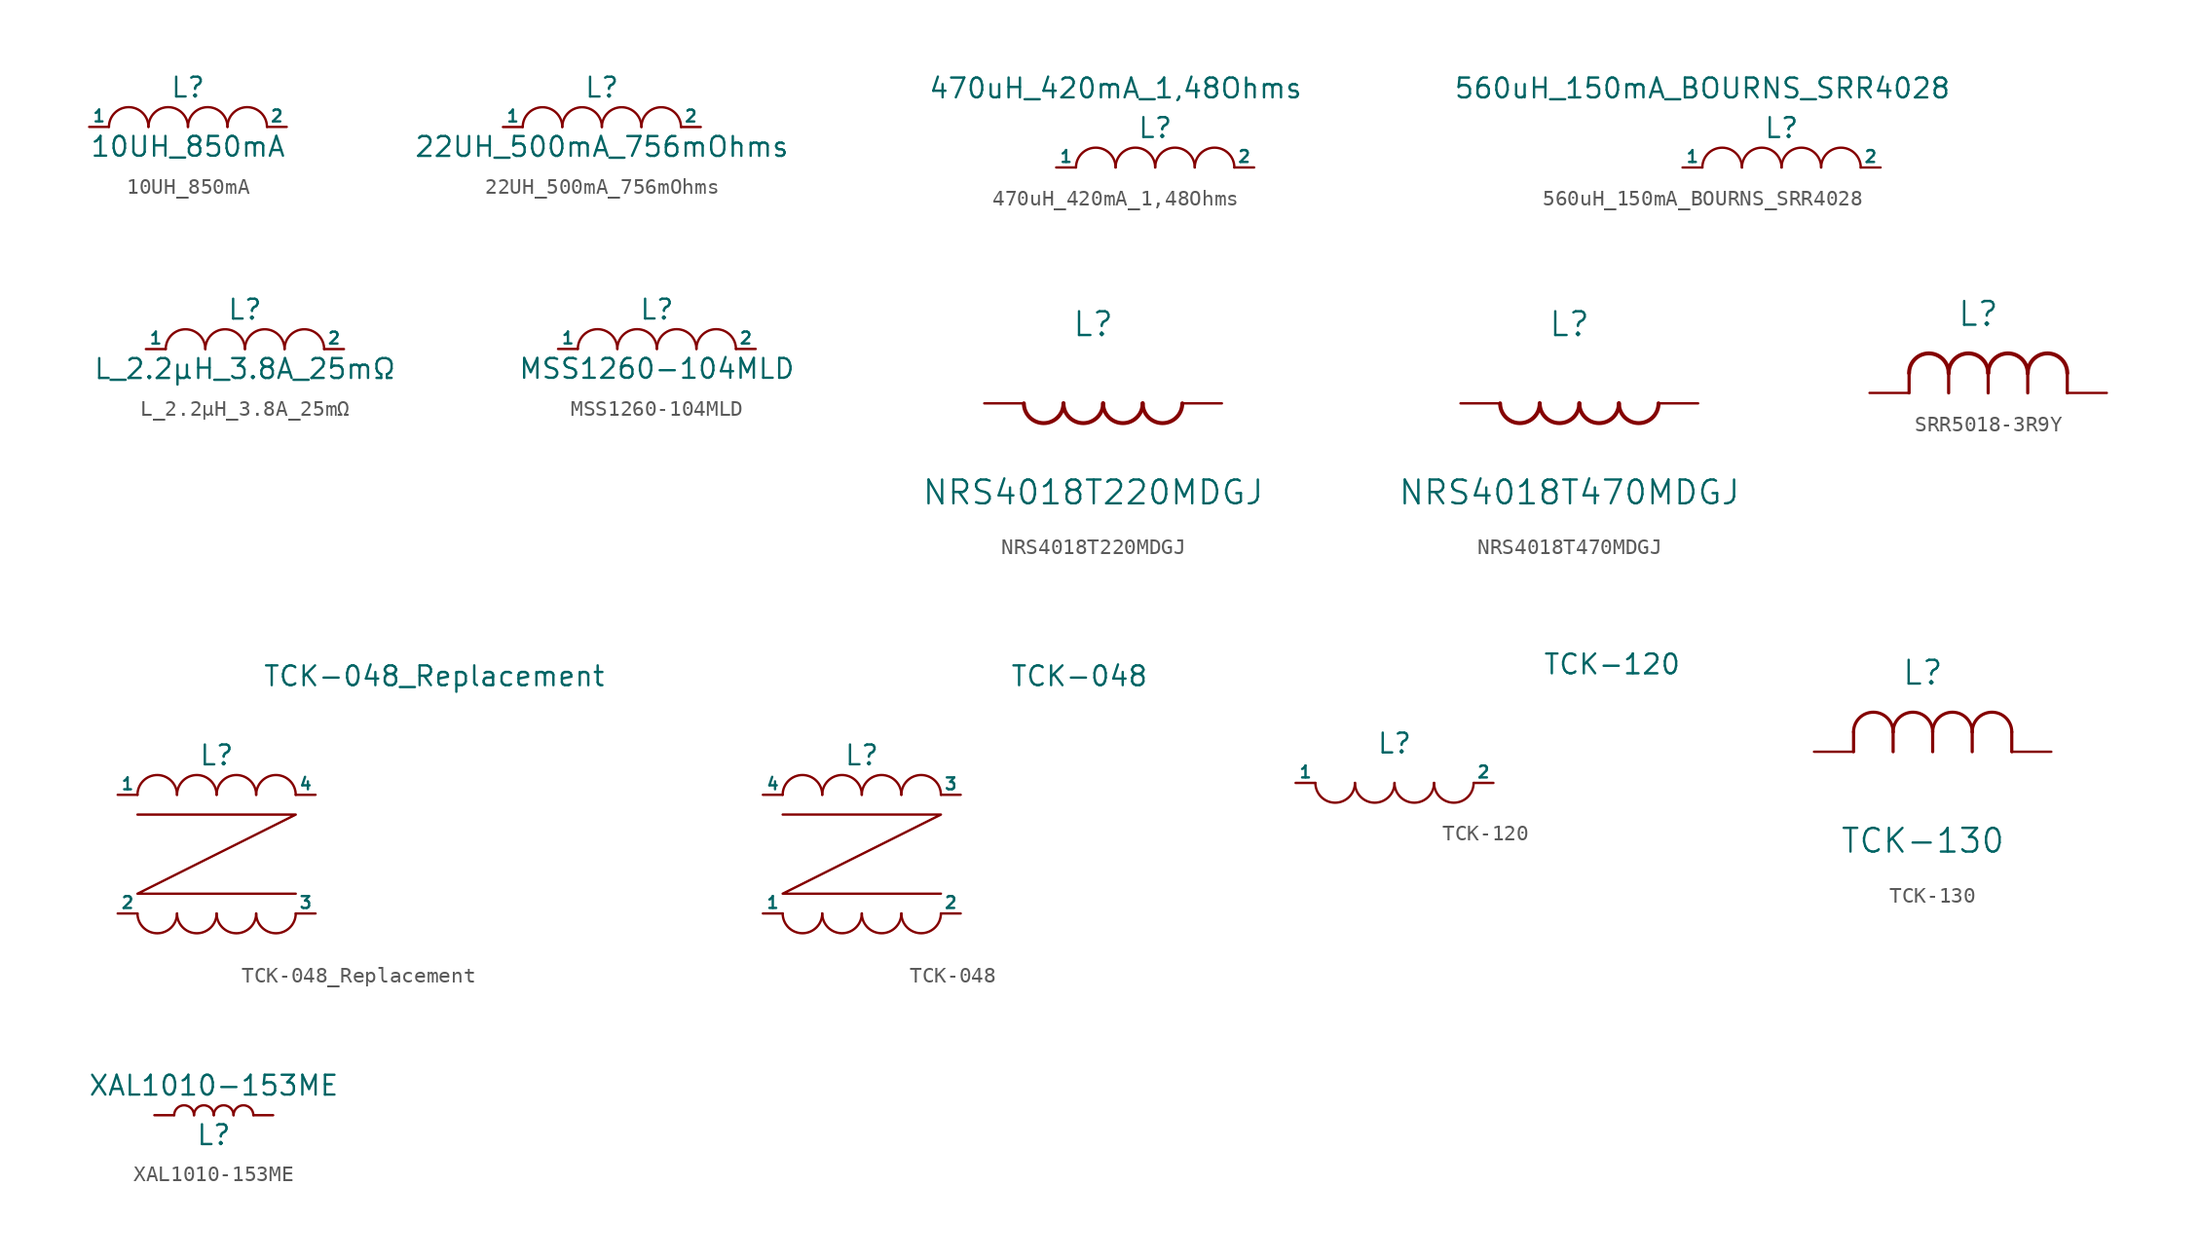
<source format=kicad_sym>
(kicad_symbol_lib
  (version 20211014)
  (generator kicad_symbol_editor)
  (symbol "10UH_850mA"
    (pin_numbers hide)
    (pin_names
      (offset 0))
    (property "Reference" "L"
      (at 0 2.54 0)
      (effects (font (size 1.27 1.27))))
    (property "Value" "10UH_850mA"
      (at 0 -1.27 0)
      (effects (font (size 1.27 1.27))))
    (symbol "10UH_850mA_0_1"
      (arc (start -2.54 0) (mid -3.81 1.27) (end -5.08 0) (stroke (width 0) (type default) (color 0 0 0 0)) (fill (type none)))
      (arc (start 0 0) (mid -1.27 1.27) (end -2.54 0) (stroke (width 0) (type default) (color 0 0 0 0)) (fill (type none)))
      (arc (start 2.54 0) (mid 1.27 1.27) (end 0 0) (stroke (width 0) (type default) (color 0 0 0 0)) (fill (type none)))
      (arc (start 5.08 0) (mid 3.81 1.27) (end 2.54 0) (stroke (width 0) (type default) (color 0 0 0 0)) (fill (type none))))
    (symbol "10UH_850mA_1_1"
      (pin input line (at -6.35 0 0) (length 1.27) (name "1" (effects (font (size 0.762 0.762)))) (number "1" (effects (font (size 0.762 0.762)))))
      (pin input line (at 6.35 0 180) (length 1.27) (name "2" (effects (font (size 0.762 0.762)))) (number "2" (effects (font (size 0.762 0.762)))))))
  (symbol "22UH_500mA_756mOhms"
    (pin_numbers hide)
    (pin_names
      (offset 0))
    (property "Reference" "L"
      (at 0 2.54 0)
      (effects (font (size 1.27 1.27))))
    (property "Value" "22UH_500mA_756mOhms"
      (at 0 -1.27 0)
      (effects (font (size 1.27 1.27))))
    (symbol "22UH_500mA_756mOhms_0_1"
      (arc (start -2.54 0) (mid -3.81 1.27) (end -5.08 0) (stroke (width 0) (type default) (color 0 0 0 0)) (fill (type none)))
      (arc (start 0 0) (mid -1.27 1.27) (end -2.54 0) (stroke (width 0) (type default) (color 0 0 0 0)) (fill (type none)))
      (arc (start 2.54 0) (mid 1.27 1.27) (end 0 0) (stroke (width 0) (type default) (color 0 0 0 0)) (fill (type none)))
      (arc (start 5.08 0) (mid 3.81 1.27) (end 2.54 0) (stroke (width 0) (type default) (color 0 0 0 0)) (fill (type none))))
    (symbol "22UH_500mA_756mOhms_1_1"
      (pin input line (at -6.35 0 0) (length 1.27) (name "1" (effects (font (size 0.762 0.762)))) (number "1" (effects (font (size 0.762 0.762)))))
      (pin input line (at 6.35 0 180) (length 1.27) (name "2" (effects (font (size 0.762 0.762)))) (number "2" (effects (font (size 0.762 0.762)))))))
  (symbol "470uH_420mA_1,48Ohms"
    (pin_numbers hide)
    (pin_names
      (offset 0))
    (property "Reference" "L"
      (at 0 2.54 0)
      (effects (font (size 1.27 1.27))))
    (property "Value" "470uH_420mA_1,48Ohms"
      (at -2.54 5.08 0)
      (effects (font (size 1.27 1.27))))
    (symbol "470uH_420mA_1,48Ohms_0_1"
      (arc (start -2.54 0) (mid -3.81 1.27) (end -5.08 0) (stroke (width 0) (type default) (color 0 0 0 0)) (fill (type none)))
      (arc (start 0 0) (mid -1.27 1.27) (end -2.54 0) (stroke (width 0) (type default) (color 0 0 0 0)) (fill (type none)))
      (arc (start 2.54 0) (mid 1.27 1.27) (end 0 0) (stroke (width 0) (type default) (color 0 0 0 0)) (fill (type none)))
      (arc (start 5.08 0) (mid 3.81 1.27) (end 2.54 0) (stroke (width 0) (type default) (color 0 0 0 0)) (fill (type none))))
    (symbol "470uH_420mA_1,48Ohms_1_1"
      (pin input line (at -6.35 0 0) (length 1.27) (name "1" (effects (font (size 0.762 0.762)))) (number "1" (effects (font (size 0.762 0.762)))))
      (pin input line (at 6.35 0 180) (length 1.27) (name "2" (effects (font (size 0.762 0.762)))) (number "2" (effects (font (size 0.762 0.762)))))))
  (symbol "560uH_150mA_BOURNS_SRR4028"
    (pin_numbers hide)
    (pin_names
      (offset 0))
    (property "Reference" "L"
      (at 0 2.54 0)
      (effects (font (size 1.27 1.27))))
    (property "Value" "560uH_150mA_BOURNS_SRR4028"
      (at -5.08 5.08 0)
      (effects (font (size 1.27 1.27))))
    (symbol "560uH_150mA_BOURNS_SRR4028_0_1"
      (arc (start -2.54 0) (mid -3.81 1.27) (end -5.08 0) (stroke (width 0) (type default) (color 0 0 0 0)) (fill (type none)))
      (arc (start 0 0) (mid -1.27 1.27) (end -2.54 0) (stroke (width 0) (type default) (color 0 0 0 0)) (fill (type none)))
      (arc (start 2.54 0) (mid 1.27 1.27) (end 0 0) (stroke (width 0) (type default) (color 0 0 0 0)) (fill (type none)))
      (arc (start 5.08 0) (mid 3.81 1.27) (end 2.54 0) (stroke (width 0) (type default) (color 0 0 0 0)) (fill (type none))))
    (symbol "560uH_150mA_BOURNS_SRR4028_1_1"
      (pin input line (at -6.35 0 0) (length 1.27) (name "1" (effects (font (size 0.762 0.762)))) (number "1" (effects (font (size 0.762 0.762)))))
      (pin input line (at 6.35 0 180) (length 1.27) (name "2" (effects (font (size 0.762 0.762)))) (number "2" (effects (font (size 0.762 0.762)))))))
  (symbol "L_2.2µH_3.8A_25mΩ"
    (pin_numbers hide)
    (pin_names
      (offset 0))
    (property "Reference" "L"
      (at 0 2.54 0)
      (effects (font (size 1.27 1.27))))
    (property "Value" "L_2.2µH_3.8A_25mΩ"
      (at 0 -1.27 0)
      (effects (font (size 1.27 1.27))))
    (symbol "L_2.2µH_3.8A_25mΩ_0_1"
      (arc (start -2.54 0) (mid -3.81 1.27) (end -5.08 0) (stroke (width 0) (type default) (color 0 0 0 0)) (fill (type none)))
      (arc (start 0 0) (mid -1.27 1.27) (end -2.54 0) (stroke (width 0) (type default) (color 0 0 0 0)) (fill (type none)))
      (arc (start 2.54 0) (mid 1.27 1.27) (end 0 0) (stroke (width 0) (type default) (color 0 0 0 0)) (fill (type none)))
      (arc (start 5.08 0) (mid 3.81 1.27) (end 2.54 0) (stroke (width 0) (type default) (color 0 0 0 0)) (fill (type none))))
    (symbol "L_2.2µH_3.8A_25mΩ_1_1"
      (pin input line (at -6.35 0 0) (length 1.27) (name "1" (effects (font (size 0.762 0.762)))) (number "1" (effects (font (size 0.762 0.762)))))
      (pin input line (at 6.35 0 180) (length 1.27) (name "2" (effects (font (size 0.762 0.762)))) (number "2" (effects (font (size 0.762 0.762)))))))
  (symbol "MSS1260-104MLD"
    (pin_numbers hide)
    (pin_names
      (offset 0))
    (property "Reference" "L"
      (at 0 2.54 0)
      (effects (font (size 1.27 1.27))))
    (property "Value" "MSS1260-104MLD"
      (at 0 -1.27 0)
      (effects (font (size 1.27 1.27))))
    (symbol "MSS1260-104MLD_0_1"
      (arc (start -2.54 0) (mid -3.81 1.27) (end -5.08 0) (stroke (width 0) (type default) (color 0 0 0 0)) (fill (type none)))
      (arc (start 0 0) (mid -1.27 1.27) (end -2.54 0) (stroke (width 0) (type default) (color 0 0 0 0)) (fill (type none)))
      (arc (start 2.54 0) (mid 1.27 1.27) (end 0 0) (stroke (width 0) (type default) (color 0 0 0 0)) (fill (type none)))
      (arc (start 5.08 0) (mid 3.81 1.27) (end 2.54 0) (stroke (width 0) (type default) (color 0 0 0 0)) (fill (type none))))
    (symbol "MSS1260-104MLD_1_1"
      (pin input line (at -6.35 0 0) (length 1.27) (name "1" (effects (font (size 0.762 0.762)))) (number "1" (effects (font (size 0.762 0.762)))))
      (pin input line (at 6.35 0 180) (length 1.27) (name "2" (effects (font (size 0.762 0.762)))) (number "2" (effects (font (size 0.762 0.762)))))))
  (symbol "NRS4018T220MDGJ"
    (pin_numbers hide)
    (pin_names
      (offset 1.651) hide)
    (property "Reference" "L"
      (at 6.985 5.08 0)
      (effects (font (size 1.524 1.524))))
    (property "Value" "NRS4018T220MDGJ"
      (at 6.985 -5.715 0)
      (effects (font (size 1.524 1.524))))
    (symbol "NRS4018T220MDGJ_1_1"
      (arc (start 2.54 0) (mid 3.81 -1.27) (end 5.08 0) (stroke (width 0.254) (type default) (color 0 0 0 0)) (fill (type none)))
      (arc (start 5.08 0) (mid 6.35 -1.27) (end 7.62 0) (stroke (width 0.254) (type default) (color 0 0 0 0)) (fill (type none)))
      (arc (start 7.62 0) (mid 8.89 -1.27) (end 10.16 0) (stroke (width 0.254) (type default) (color 0 0 0 0)) (fill (type none)))
      (arc (start 10.16 0) (mid 11.43 -1.27) (end 12.7 0) (stroke (width 0.254) (type default) (color 0 0 0 0)) (fill (type none)))
      (pin unspecified line (at 15.24 0 180) (length 2.54) (name "1" (effects (font (size 1.499 1.499)))) (number "1" (effects (font (size 1.499 1.499)))))
      (pin unspecified line (at 0 0 0) (length 2.54) (name "2" (effects (font (size 1.499 1.499)))) (number "2" (effects (font (size 1.499 1.499)))))))
  (symbol "NRS4018T470MDGJ"
    (pin_numbers hide)
    (pin_names
      (offset 1.651) hide)
    (property "Reference" "L"
      (at 6.985 5.08 0)
      (effects (font (size 1.524 1.524))))
    (property "Value" "NRS4018T470MDGJ"
      (at 6.985 -5.715 0)
      (effects (font (size 1.524 1.524))))
    (symbol "NRS4018T470MDGJ_1_1"
      (arc (start 2.54 0) (mid 3.81 -1.27) (end 5.08 0) (stroke (width 0.254) (type default) (color 0 0 0 0)) (fill (type none)))
      (arc (start 5.08 0) (mid 6.35 -1.27) (end 7.62 0) (stroke (width 0.254) (type default) (color 0 0 0 0)) (fill (type none)))
      (arc (start 7.62 0) (mid 8.89 -1.27) (end 10.16 0) (stroke (width 0.254) (type default) (color 0 0 0 0)) (fill (type none)))
      (arc (start 10.16 0) (mid 11.43 -1.27) (end 12.7 0) (stroke (width 0.254) (type default) (color 0 0 0 0)) (fill (type none)))
      (pin unspecified line (at 15.24 0 180) (length 2.54) (name "1" (effects (font (size 1.499 1.499)))) (number "1" (effects (font (size 1.499 1.499)))))
      (pin unspecified line (at 0 0 0) (length 2.54) (name "2" (effects (font (size 1.499 1.499)))) (number "2" (effects (font (size 1.499 1.499)))))))
  (symbol "SRR5018-3R9Y"
    (pin_numbers hide)
    (pin_names
      (offset 1.651) hide)
    (property "Reference" "L"
      (at 6.985 5.08 0)
      (effects (font (size 1.524 1.524))))
    (symbol "SRR5018-3R9Y_1_1"
      (polyline (pts (xy 2.54 0) (xy 2.54 1.27)) (stroke (width 0.203) (type default) (color 0 0 0 0)) (fill (type none)))
      (polyline (pts (xy 5.08 0) (xy 5.08 1.27)) (stroke (width 0.203) (type default) (color 0 0 0 0)) (fill (type none)))
      (polyline (pts (xy 7.62 0) (xy 7.62 1.27)) (stroke (width 0.203) (type default) (color 0 0 0 0)) (fill (type none)))
      (polyline (pts (xy 10.16 0) (xy 10.16 1.27)) (stroke (width 0.203) (type default) (color 0 0 0 0)) (fill (type none)))
      (polyline (pts (xy 12.7 0) (xy 12.7 1.27)) (stroke (width 0.203) (type default) (color 0 0 0 0)) (fill (type none)))
      (arc (start 5.08 1.27) (mid 3.81 2.54) (end 2.54 1.27) (stroke (width 0.254) (type default) (color 0 0 0 0)) (fill (type none)))
      (arc (start 7.62 1.27) (mid 6.35 2.54) (end 5.08 1.27) (stroke (width 0.254) (type default) (color 0 0 0 0)) (fill (type none)))
      (arc (start 10.16 1.27) (mid 8.89 2.54) (end 7.62 1.27) (stroke (width 0.254) (type default) (color 0 0 0 0)) (fill (type none)))
      (arc (start 12.7 1.27) (mid 11.43 2.54) (end 10.16 1.27) (stroke (width 0.254) (type default) (color 0 0 0 0)) (fill (type none)))
      (pin unspecified line (at 15.24 0 180) (length 2.54) (name "1" (effects (font (size 1.499 1.499)))) (number "1" (effects (font (size 1.499 1.499)))))
      (pin unspecified line (at 0 0 0) (length 2.54) (name "2" (effects (font (size 1.499 1.499)))) (number "2" (effects (font (size 1.499 1.499)))))))
  (symbol "TCK-048_Replacement"
    (pin_numbers hide)
    (pin_names
      (offset 0))
    (property "Reference" "L"
      (at 0 2.54 0)
      (effects (font (size 1.27 1.27))))
    (property "Value" "TCK-048_Replacement"
      (at 13.97 7.62 0)
      (effects (font (size 1.27 1.27))))
    (symbol "TCK-048_Replacement_0_1"
      (arc (start -5.08 -7.62) (mid -3.81 -8.89) (end -2.54 -7.62) (stroke (width 0) (type default) (color 0 0 0 0)) (fill (type none)))
      (arc (start -2.54 -7.62) (mid -1.27 -8.89) (end 0 -7.62) (stroke (width 0) (type default) (color 0 0 0 0)) (fill (type none)))
      (arc (start -2.54 0) (mid -3.81 1.27) (end -5.08 0) (stroke (width 0) (type default) (color 0 0 0 0)) (fill (type none)))
      (arc (start 0 -7.62) (mid 1.27 -8.89) (end 2.54 -7.62) (stroke (width 0) (type default) (color 0 0 0 0)) (fill (type none)))
      (arc (start 0 0) (mid -1.27 1.27) (end -2.54 0) (stroke (width 0) (type default) (color 0 0 0 0)) (fill (type none)))
      (polyline (pts (xy -5.08 -1.27) (xy 5.08 -1.27) (xy -5.08 -6.35) (xy 5.08 -6.35)) (stroke (width 0) (type default) (color 0 0 0 0)) (fill (type none)))
      (arc (start 2.54 -7.62) (mid 3.81 -8.89) (end 5.08 -7.62) (stroke (width 0) (type default) (color 0 0 0 0)) (fill (type none)))
      (arc (start 2.54 0) (mid 1.27 1.27) (end 0 0) (stroke (width 0) (type default) (color 0 0 0 0)) (fill (type none)))
      (arc (start 5.08 0) (mid 3.81 1.27) (end 2.54 0) (stroke (width 0) (type default) (color 0 0 0 0)) (fill (type none))))
    (symbol "TCK-048_Replacement_1_1"
      (pin input line (at -6.35 0 0) (length 1.27) (name "1" (effects (font (size 0.762 0.762)))) (number "1" (effects (font (size 0.762 0.762)))))
      (pin input line (at -6.35 -7.62 0) (length 1.27) (name "2" (effects (font (size 0.762 0.762)))) (number "2" (effects (font (size 0.762 0.762)))))
      (pin input line (at 6.35 -7.62 180) (length 1.27) (name "3" (effects (font (size 0.762 0.762)))) (number "3" (effects (font (size 0.762 0.762)))))
      (pin input line (at 6.35 0 180) (length 1.27) (name "4" (effects (font (size 0.762 0.762)))) (number "4" (effects (font (size 0.762 0.762)))))))
  (symbol "TCK-048"
    (pin_numbers hide)
    (pin_names
      (offset 0))
    (property "Reference" "L"
      (at 0 2.54 0)
      (effects (font (size 1.27 1.27))))
    (property "Value" "TCK-048"
      (at 13.97 7.62 0)
      (effects (font (size 1.27 1.27))))
    (symbol "TCK-048_0_1"
      (arc (start -5.08 -7.62) (mid -3.81 -8.89) (end -2.54 -7.62) (stroke (width 0) (type default) (color 0 0 0 0)) (fill (type none)))
      (arc (start -2.54 -7.62) (mid -1.27 -8.89) (end 0 -7.62) (stroke (width 0) (type default) (color 0 0 0 0)) (fill (type none)))
      (arc (start -2.54 0) (mid -3.81 1.27) (end -5.08 0) (stroke (width 0) (type default) (color 0 0 0 0)) (fill (type none)))
      (arc (start 0 -7.62) (mid 1.27 -8.89) (end 2.54 -7.62) (stroke (width 0) (type default) (color 0 0 0 0)) (fill (type none)))
      (arc (start 0 0) (mid -1.27 1.27) (end -2.54 0) (stroke (width 0) (type default) (color 0 0 0 0)) (fill (type none)))
      (polyline (pts (xy -5.08 -1.27) (xy 5.08 -1.27) (xy -5.08 -6.35) (xy 5.08 -6.35)) (stroke (width 0) (type default) (color 0 0 0 0)) (fill (type none)))
      (arc (start 2.54 -7.62) (mid 3.81 -8.89) (end 5.08 -7.62) (stroke (width 0) (type default) (color 0 0 0 0)) (fill (type none)))
      (arc (start 2.54 0) (mid 1.27 1.27) (end 0 0) (stroke (width 0) (type default) (color 0 0 0 0)) (fill (type none)))
      (arc (start 5.08 0) (mid 3.81 1.27) (end 2.54 0) (stroke (width 0) (type default) (color 0 0 0 0)) (fill (type none))))
    (symbol "TCK-048_1_1"
      (pin input line (at -6.35 -7.62 0) (length 1.27) (name "1" (effects (font (size 0.762 0.762)))) (number "1" (effects (font (size 0.762 0.762)))))
      (pin input line (at 6.35 -7.62 180) (length 1.27) (name "2" (effects (font (size 0.762 0.762)))) (number "2" (effects (font (size 0.762 0.762)))))
      (pin input line (at 6.35 0 180) (length 1.27) (name "3" (effects (font (size 0.762 0.762)))) (number "3" (effects (font (size 0.762 0.762)))))
      (pin input line (at -6.35 0 0) (length 1.27) (name "4" (effects (font (size 0.762 0.762)))) (number "4" (effects (font (size 0.762 0.762)))))))
  (symbol "TCK-120"
    (pin_numbers hide)
    (pin_names
      (offset 0))
    (property "Reference" "L"
      (at 0 2.54 0)
      (effects (font (size 1.27 1.27))))
    (property "Value" "TCK-120"
      (at 13.97 7.62 0)
      (effects (font (size 1.27 1.27))))
    (symbol "TCK-120_0_1"
      (arc (start -5.08 0) (mid -3.81 -1.27) (end -2.54 0) (stroke (width 0) (type default) (color 0 0 0 0)) (fill (type none)))
      (arc (start -2.54 0) (mid -1.27 -1.27) (end 0 0) (stroke (width 0) (type default) (color 0 0 0 0)) (fill (type none)))
      (arc (start 0 0) (mid 1.27 -1.27) (end 2.54 0) (stroke (width 0) (type default) (color 0 0 0 0)) (fill (type none)))
      (arc (start 2.54 0) (mid 3.81 -1.27) (end 5.08 0) (stroke (width 0) (type default) (color 0 0 0 0)) (fill (type none))))
    (symbol "TCK-120_1_1"
      (pin input line (at -6.35 0 0) (length 1.27) (name "1" (effects (font (size 0.762 0.762)))) (number "1" (effects (font (size 0.762 0.762)))))
      (pin input line (at 6.35 0 180) (length 1.27) (name "2" (effects (font (size 0.762 0.762)))) (number "2" (effects (font (size 0.762 0.762)))))))
  (symbol "TCK-130"
    (pin_numbers hide)
    (pin_names
      (offset 1.651) hide)
    (property "Reference" "L"
      (at 6.985 5.08 0)
      (effects (font (size 1.524 1.524))))
    (property "Value" "TCK-130"
      (at 6.985 -5.715 0)
      (effects (font (size 1.524 1.524))))
    (symbol "TCK-130_1_1"
      (polyline (pts (xy 2.54 0) (xy 2.54 1.27)) (stroke (width 0.203) (type default) (color 0 0 0 0)) (fill (type none)))
      (polyline (pts (xy 5.08 0) (xy 5.08 1.27)) (stroke (width 0.203) (type default) (color 0 0 0 0)) (fill (type none)))
      (polyline (pts (xy 7.62 0) (xy 7.62 1.27)) (stroke (width 0.203) (type default) (color 0 0 0 0)) (fill (type none)))
      (polyline (pts (xy 10.16 0) (xy 10.16 1.27)) (stroke (width 0.203) (type default) (color 0 0 0 0)) (fill (type none)))
      (polyline (pts (xy 12.7 0) (xy 12.7 1.27)) (stroke (width 0.203) (type default) (color 0 0 0 0)) (fill (type none)))
      (arc (start 5.08 1.27) (mid 3.81 2.54) (end 2.54 1.27) (stroke (width 0.2032) (type default) (color 0 0 0 0)) (fill (type none)))
      (arc (start 7.62 1.27) (mid 6.35 2.54) (end 5.08 1.27) (stroke (width 0.2032) (type default) (color 0 0 0 0)) (fill (type none)))
      (arc (start 10.16 1.27) (mid 8.89 2.54) (end 7.62 1.27) (stroke (width 0.2032) (type default) (color 0 0 0 0)) (fill (type none)))
      (arc (start 12.7 1.27) (mid 11.43 2.54) (end 10.16 1.27) (stroke (width 0.2032) (type default) (color 0 0 0 0)) (fill (type none)))
      (pin unspecified line (at 15.24 0 180) (length 2.54) (name "1" (effects (font (size 1.499 1.499)))) (number "1" (effects (font (size 1.499 1.499)))))
      (pin unspecified line (at 0 0 0) (length 2.54) (name "2" (effects (font (size 1.499 1.499)))) (number "2" (effects (font (size 1.499 1.499)))))))
  (symbol "XAL1010-153ME"
    (pin_numbers hide)
    (pin_names
      (offset 1.016) hide)
    (property "Reference" "L"
      (at 0 -2.54 0)
      (effects (font (size 1.27 1.27))))
    (property "Value" "XAL1010-153ME"
      (at 0 0.635 0)
      (effects (font (size 1.27 1.27))))
    (symbol "XAL1010-153ME_0_1"
      (arc (start -1.27 -1.27) (mid -1.905 -0.635) (end -2.54 -1.27) (stroke (width 0) (type default) (color 0 0 0 0)) (fill (type none)))
      (arc (start 0 -1.27) (mid -0.635 -0.635) (end -1.27 -1.27) (stroke (width 0) (type default) (color 0 0 0 0)) (fill (type none)))
      (arc (start 1.27 -1.27) (mid 0.635 -0.635) (end 0 -1.27) (stroke (width 0) (type default) (color 0 0 0 0)) (fill (type none)))
      (arc (start 2.54 -1.27) (mid 1.905 -0.635) (end 1.27 -1.27) (stroke (width 0) (type default) (color 0 0 0 0)) (fill (type none))))
    (symbol "XAL1010-153ME_1_1"
      (pin passive line (at -3.81 -1.27 0) (length 1.27) (name "1" (effects (font (size 1.27 1.27)))) (number "1" (effects (font (size 1.27 1.27)))))
      (pin passive line (at 3.81 -1.27 180) (length 1.27) (name "2" (effects (font (size 1.27 1.27)))) (number "2" (effects (font (size 1.27 1.27))))))))
</source>
